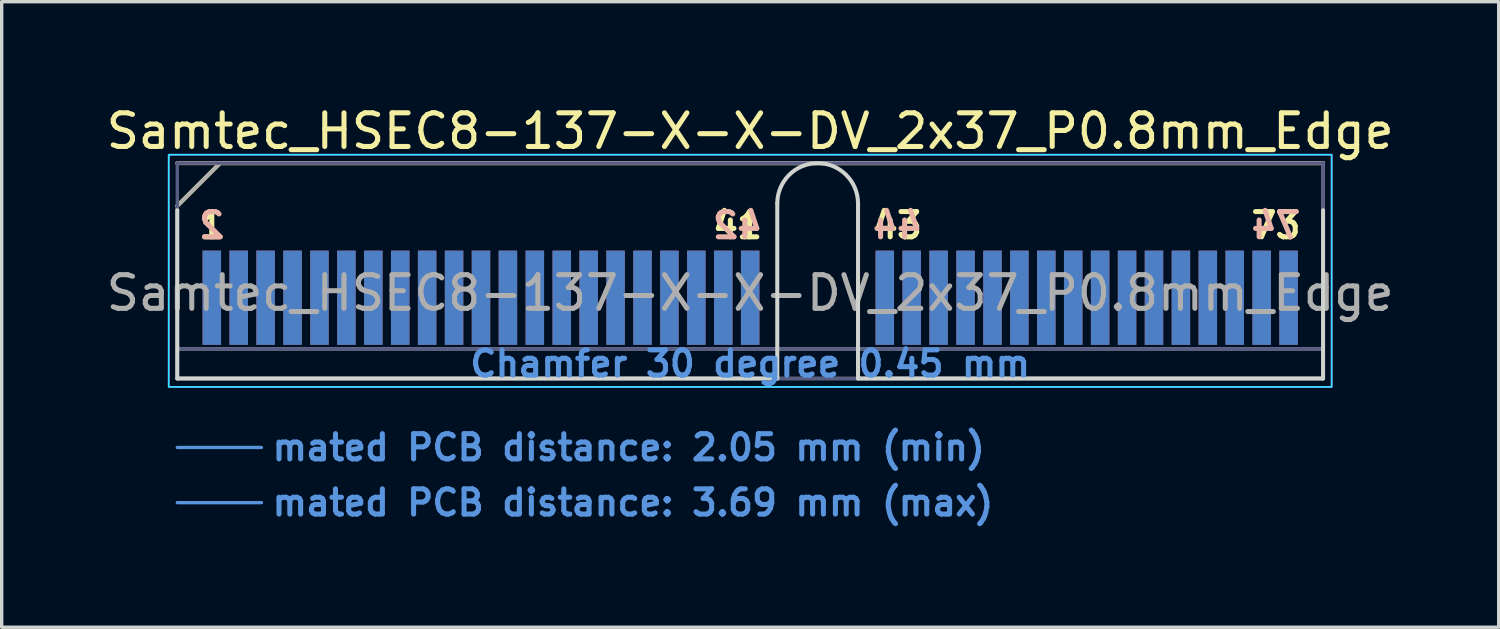
<source format=kicad_pcb>
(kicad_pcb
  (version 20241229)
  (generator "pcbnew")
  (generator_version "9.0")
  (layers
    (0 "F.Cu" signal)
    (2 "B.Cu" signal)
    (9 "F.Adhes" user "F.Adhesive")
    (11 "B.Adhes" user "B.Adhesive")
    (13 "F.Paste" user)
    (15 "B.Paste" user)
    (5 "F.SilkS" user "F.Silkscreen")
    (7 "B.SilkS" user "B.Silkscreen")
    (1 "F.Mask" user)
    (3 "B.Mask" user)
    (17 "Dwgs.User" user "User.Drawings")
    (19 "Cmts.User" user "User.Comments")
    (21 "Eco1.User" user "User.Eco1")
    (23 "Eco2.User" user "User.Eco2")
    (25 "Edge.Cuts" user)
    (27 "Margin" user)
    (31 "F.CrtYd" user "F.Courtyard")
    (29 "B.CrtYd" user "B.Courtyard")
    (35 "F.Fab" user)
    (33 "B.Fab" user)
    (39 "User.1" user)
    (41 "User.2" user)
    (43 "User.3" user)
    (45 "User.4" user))
  (footprint "Samtec_HSEC8-137-X-X-DV_2x37_P0.8mm_Edge"
    (layer "F.Cu")
    (at 19.244 8.198)
    (property "Reference" "Samtec_HSEC8-137-X-X-DV_2x37_P0.8mm_Edge" (at 0 -7.35 0) (layer "F.SilkS") (effects (font (size 1 1) (thickness 0.15))))
    (attr exclude_from_pos_files exclude_from_bom)
    (fp_line (start -17.025 -5.13) (end -15.755 -6.4) (stroke (width 0.12) (type solid)) (layer "F.SilkS"))
    (fp_line (start -15.755 -6.4) (end 17.025 -6.4) (stroke (width 0.12) (type solid)) (layer "F.SilkS"))
    (fp_line (start -17.025 -6.4) (end -17.025 -6.4) (stroke (width 0.12) (type solid)) (layer "B.SilkS"))
    (fp_line (start -17.025 -6.4) (end 17.025 -6.4) (stroke (width 0.12) (type solid)) (layer "B.SilkS"))
    (fp_line (start -17.025 2.05) (end -14.525 2.05) (stroke (width 0.1) (type solid)) (layer "Cmts.User"))
    (fp_line (start -17.025 3.69) (end -14.525 3.69) (stroke (width 0.1) (type solid)) (layer "Cmts.User"))
    (fp_line (start -17.025 -5) (end -17.025 0) (stroke (width 0.12) (type solid)) (layer "Edge.Cuts"))
    (fp_line (start -17.025 0) (end 0.805 0) (stroke (width 0.12) (type solid)) (layer "Edge.Cuts"))
    (fp_line (start 0.805 0) (end 0.805 -5.2) (stroke (width 0.12) (type solid)) (layer "Edge.Cuts"))
    (fp_line (start 3.205 -5.2) (end 3.205 0) (stroke (width 0.12) (type solid)) (layer "Edge.Cuts"))
    (fp_line (start 3.205 0) (end 17.025 0) (stroke (width 0.12) (type solid)) (layer "Edge.Cuts"))
    (fp_line (start 17.025 0) (end 17.025 -5) (stroke (width 0.12) (type solid)) (layer "Edge.Cuts"))
    (fp_arc (start 0.805 -5.2) (mid 2.005 -6.4) (end 3.205 -5.2) (stroke (width 0.12) (type solid)) (layer "Edge.Cuts"))
    (fp_rect (start -17.28 -6.65) (end 17.28 0.25) (stroke (width 0.05) (type solid)) (fill no) (layer "B.CrtYd"))
    (fp_rect (start -17.28 -6.65) (end 17.28 0.25) (stroke (width 0.05) (type solid)) (fill no) (layer "F.CrtYd"))
    (fp_line (start -17.025 -6.4) (end -17.025 -6.4) (stroke (width 0.1) (type solid)) (layer "B.Fab"))
    (fp_line (start -17.025 -6.4) (end -17.025 0) (stroke (width 0.1) (type solid)) (layer "B.Fab"))
    (fp_line (start -17.025 -6.4) (end 17.025 -6.4) (stroke (width 0.1) (type solid)) (layer "B.Fab"))
    (fp_line (start -17.025 -0.88) (end 17.025 -0.88) (stroke (width 0.1) (type solid)) (layer "B.Fab"))
    (fp_line (start -17.025 0) (end 17.025 0) (stroke (width 0.1) (type solid)) (layer "B.Fab"))
    (fp_line (start 17.025 -6.4) (end 17.025 0) (stroke (width 0.1) (type solid)) (layer "B.Fab"))
    (fp_line (start -17.025 -5.13) (end -17.025 0) (stroke (width 0.1) (type solid)) (layer "F.Fab"))
    (fp_line (start -17.025 -5.13) (end -15.755 -6.4) (stroke (width 0.1) (type solid)) (layer "F.Fab"))
    (fp_line (start -17.025 -0.88) (end 17.025 -0.88) (stroke (width 0.1) (type solid)) (layer "F.Fab"))
    (fp_line (start -17.025 0) (end 17.025 0) (stroke (width 0.1) (type solid)) (layer "F.Fab"))
    (fp_line (start -15.755 -6.4) (end 17.025 -6.4) (stroke (width 0.1) (type solid)) (layer "F.Fab"))
    (fp_line (start 17.025 -6.4) (end 17.025 0) (stroke (width 0.1) (type solid)) (layer "F.Fab"))
    (fp_text user "1" (at -16 -4.55 0) (layer "F.SilkS") (effects (font (size 0.75 0.75) (thickness 0.15))))
    (fp_text user "43" (at 4.375 -4.55 0) (layer "F.SilkS") (effects (font (size 0.75 0.75) (thickness 0.15))))
    (fp_text user "41" (at -0.375 -4.55 0) (layer "F.SilkS") (effects (font (size 0.75 0.75) (thickness 0.15))))
    (fp_text user "73" (at 15.625 -4.55 0) (layer "F.SilkS") (effects (font (size 0.75 0.75) (thickness 0.15))))
    (fp_text user "74" (at 15.625 -4.55 0) (layer "B.SilkS") (effects (font (size 0.75 0.75) (thickness 0.15)) (justify mirror)))
    (fp_text user "2" (at -16 -4.55 0) (layer "B.SilkS") (effects (font (size 0.75 0.75) (thickness 0.15)) (justify mirror)))
    (fp_text user "44" (at 4.375 -4.55 0) (layer "B.SilkS") (effects (font (size 0.75 0.75) (thickness 0.15)) (justify mirror)))
    (fp_text user "42" (at -0.375 -4.55 0) (layer "B.SilkS") (effects (font (size 0.75 0.75) (thickness 0.15)) (justify mirror)))
    (fp_text user "mated PCB distance: 2.05 mm (min)" (at -14.28 2.05 0) (layer "Cmts.User") (effects (font (size 0.75 0.75) (thickness 0.15)) (justify left)))
    (fp_text user "mated PCB distance: 3.69 mm (max)" (at -14.28 3.69 0) (layer "Cmts.User") (effects (font (size 0.75 0.75) (thickness 0.15)) (justify left)))
    (fp_text user "Chamfer 30 degree 0.45 mm" (at 0 -0.44 0) (layer "Cmts.User") (effects (font (size 0.75 0.75) (thickness 0.15))))
    (fp_text user "${REFERENCE}" (at 0 -2.54 0) (layer "F.Fab") (effects (font (size 1 1) (thickness 0.15))))
    (pad "1" connect rect (at -16 -2.4) (size 0.55 2.8) (layers "F.Cu" "F.Mask"))
    (pad "2" connect rect (at -16 -2.4) (size 0.55 2.8) (layers "B.Cu" "B.Mask"))
    (pad "3" connect rect (at -15.2 -2.4) (size 0.55 2.8) (layers "F.Cu" "F.Mask"))
    (pad "4" connect rect (at -15.2 -2.4) (size 0.55 2.8) (layers "B.Cu" "B.Mask"))
    (pad "5" connect rect (at -14.4 -2.4) (size 0.55 2.8) (layers "F.Cu" "F.Mask"))
    (pad "6" connect rect (at -14.4 -2.4) (size 0.55 2.8) (layers "B.Cu" "B.Mask"))
    (pad "7" connect rect (at -13.6 -2.4) (size 0.55 2.8) (layers "F.Cu" "F.Mask"))
    (pad "8" connect rect (at -13.6 -2.4) (size 0.55 2.8) (layers "B.Cu" "B.Mask"))
    (pad "9" connect rect (at -12.8 -2.4) (size 0.55 2.8) (layers "F.Cu" "F.Mask"))
    (pad "10" connect rect (at -12.8 -2.4) (size 0.55 2.8) (layers "B.Cu" "B.Mask"))
    (pad "11" connect rect (at -12 -2.4) (size 0.55 2.8) (layers "F.Cu" "F.Mask"))
    (pad "12" connect rect (at -12 -2.4) (size 0.55 2.8) (layers "B.Cu" "B.Mask"))
    (pad "13" connect rect (at -11.2 -2.4) (size 0.55 2.8) (layers "F.Cu" "F.Mask"))
    (pad "14" connect rect (at -11.2 -2.4) (size 0.55 2.8) (layers "B.Cu" "B.Mask"))
    (pad "15" connect rect (at -10.4 -2.4) (size 0.55 2.8) (layers "F.Cu" "F.Mask"))
    (pad "16" connect rect (at -10.4 -2.4) (size 0.55 2.8) (layers "B.Cu" "B.Mask"))
    (pad "17" connect rect (at -9.6 -2.4) (size 0.55 2.8) (layers "F.Cu" "F.Mask"))
    (pad "18" connect rect (at -9.6 -2.4) (size 0.55 2.8) (layers "B.Cu" "B.Mask"))
    (pad "19" connect rect (at -8.8 -2.4) (size 0.55 2.8) (layers "F.Cu" "F.Mask"))
    (pad "20" connect rect (at -8.8 -2.4) (size 0.55 2.8) (layers "B.Cu" "B.Mask"))
    (pad "21" connect rect (at -8 -2.4) (size 0.55 2.8) (layers "F.Cu" "F.Mask"))
    (pad "22" connect rect (at -8 -2.4) (size 0.55 2.8) (layers "B.Cu" "B.Mask"))
    (pad "23" connect rect (at -7.2 -2.4) (size 0.55 2.8) (layers "F.Cu" "F.Mask"))
    (pad "24" connect rect (at -7.2 -2.4) (size 0.55 2.8) (layers "B.Cu" "B.Mask"))
    (pad "25" connect rect (at -6.4 -2.4) (size 0.55 2.8) (layers "F.Cu" "F.Mask"))
    (pad "26" connect rect (at -6.4 -2.4) (size 0.55 2.8) (layers "B.Cu" "B.Mask"))
    (pad "27" connect rect (at -5.6 -2.4) (size 0.55 2.8) (layers "F.Cu" "F.Mask"))
    (pad "28" connect rect (at -5.6 -2.4) (size 0.55 2.8) (layers "B.Cu" "B.Mask"))
    (pad "29" connect rect (at -4.8 -2.4) (size 0.55 2.8) (layers "F.Cu" "F.Mask"))
    (pad "30" connect rect (at -4.8 -2.4) (size 0.55 2.8) (layers "B.Cu" "B.Mask"))
    (pad "31" connect rect (at -4 -2.4) (size 0.55 2.8) (layers "F.Cu" "F.Mask"))
    (pad "32" connect rect (at -4 -2.4) (size 0.55 2.8) (layers "B.Cu" "B.Mask"))
    (pad "33" connect rect (at -3.2 -2.4) (size 0.55 2.8) (layers "F.Cu" "F.Mask"))
    (pad "34" connect rect (at -3.2 -2.4) (size 0.55 2.8) (layers "B.Cu" "B.Mask"))
    (pad "35" connect rect (at -2.4 -2.4) (size 0.55 2.8) (layers "F.Cu" "F.Mask"))
    (pad "36" connect rect (at -2.4 -2.4) (size 0.55 2.8) (layers "B.Cu" "B.Mask"))
    (pad "37" connect rect (at -1.6 -2.4) (size 0.55 2.8) (layers "F.Cu" "F.Mask"))
    (pad "38" connect rect (at -1.6 -2.4) (size 0.55 2.8) (layers "B.Cu" "B.Mask"))
    (pad "39" connect rect (at -0.8 -2.4) (size 0.55 2.8) (layers "F.Cu" "F.Mask"))
    (pad "40" connect rect (at -0.8 -2.4) (size 0.55 2.8) (layers "B.Cu" "B.Mask"))
    (pad "41" connect rect (at 0 -2.4) (size 0.55 2.8) (layers "F.Cu" "F.Mask"))
    (pad "42" connect rect (at 0 -2.4) (size 0.55 2.8) (layers "B.Cu" "B.Mask"))
    (pad "43" connect rect (at 4 -2.4) (size 0.55 2.8) (layers "F.Cu" "F.Mask"))
    (pad "44" connect rect (at 4 -2.4) (size 0.55 2.8) (layers "B.Cu" "B.Mask"))
    (pad "45" connect rect (at 4.8 -2.4) (size 0.55 2.8) (layers "F.Cu" "F.Mask"))
    (pad "46" connect rect (at 4.8 -2.4) (size 0.55 2.8) (layers "B.Cu" "B.Mask"))
    (pad "47" connect rect (at 5.6 -2.4) (size 0.55 2.8) (layers "F.Cu" "F.Mask"))
    (pad "48" connect rect (at 5.6 -2.4) (size 0.55 2.8) (layers "B.Cu" "B.Mask"))
    (pad "49" connect rect (at 6.4 -2.4) (size 0.55 2.8) (layers "F.Cu" "F.Mask"))
    (pad "50" connect rect (at 6.4 -2.4) (size 0.55 2.8) (layers "B.Cu" "B.Mask"))
    (pad "51" connect rect (at 7.2 -2.4) (size 0.55 2.8) (layers "F.Cu" "F.Mask"))
    (pad "52" connect rect (at 7.2 -2.4) (size 0.55 2.8) (layers "B.Cu" "B.Mask"))
    (pad "53" connect rect (at 8 -2.4) (size 0.55 2.8) (layers "F.Cu" "F.Mask"))
    (pad "54" connect rect (at 8 -2.4) (size 0.55 2.8) (layers "B.Cu" "B.Mask"))
    (pad "55" connect rect (at 8.8 -2.4) (size 0.55 2.8) (layers "F.Cu" "F.Mask"))
    (pad "56" connect rect (at 8.8 -2.4) (size 0.55 2.8) (layers "B.Cu" "B.Mask"))
    (pad "57" connect rect (at 9.6 -2.4) (size 0.55 2.8) (layers "F.Cu" "F.Mask"))
    (pad "58" connect rect (at 9.6 -2.4) (size 0.55 2.8) (layers "B.Cu" "B.Mask"))
    (pad "59" connect rect (at 10.4 -2.4) (size 0.55 2.8) (layers "F.Cu" "F.Mask"))
    (pad "60" connect rect (at 10.4 -2.4) (size 0.55 2.8) (layers "B.Cu" "B.Mask"))
    (pad "61" connect rect (at 11.2 -2.4) (size 0.55 2.8) (layers "F.Cu" "F.Mask"))
    (pad "62" connect rect (at 11.2 -2.4) (size 0.55 2.8) (layers "B.Cu" "B.Mask"))
    (pad "63" connect rect (at 12 -2.4) (size 0.55 2.8) (layers "F.Cu" "F.Mask"))
    (pad "64" connect rect (at 12 -2.4) (size 0.55 2.8) (layers "B.Cu" "B.Mask"))
    (pad "65" connect rect (at 12.8 -2.4) (size 0.55 2.8) (layers "F.Cu" "F.Mask"))
    (pad "66" connect rect (at 12.8 -2.4) (size 0.55 2.8) (layers "B.Cu" "B.Mask"))
    (pad "67" connect rect (at 13.6 -2.4) (size 0.55 2.8) (layers "F.Cu" "F.Mask"))
    (pad "68" connect rect (at 13.6 -2.4) (size 0.55 2.8) (layers "B.Cu" "B.Mask"))
    (pad "69" connect rect (at 14.4 -2.4) (size 0.55 2.8) (layers "F.Cu" "F.Mask"))
    (pad "70" connect rect (at 14.4 -2.4) (size 0.55 2.8) (layers "B.Cu" "B.Mask"))
    (pad "71" connect rect (at 15.2 -2.4) (size 0.55 2.8) (layers "F.Cu" "F.Mask"))
    (pad "72" connect rect (at 15.2 -2.4) (size 0.55 2.8) (layers "B.Cu" "B.Mask"))
    (pad "73" connect rect (at 16 -2.4) (size 0.55 2.8) (layers "F.Cu" "F.Mask"))
    (pad "74" connect rect (at 16 -2.4) (size 0.55 2.8) (layers "B.Cu" "B.Mask")))
  (gr_rect
    (start -3 -3)
    (end 41.488 15.59)
    (stroke (width 0.1) (type default))
    (fill no)
    (layer "Edge.Cuts")))
</source>
